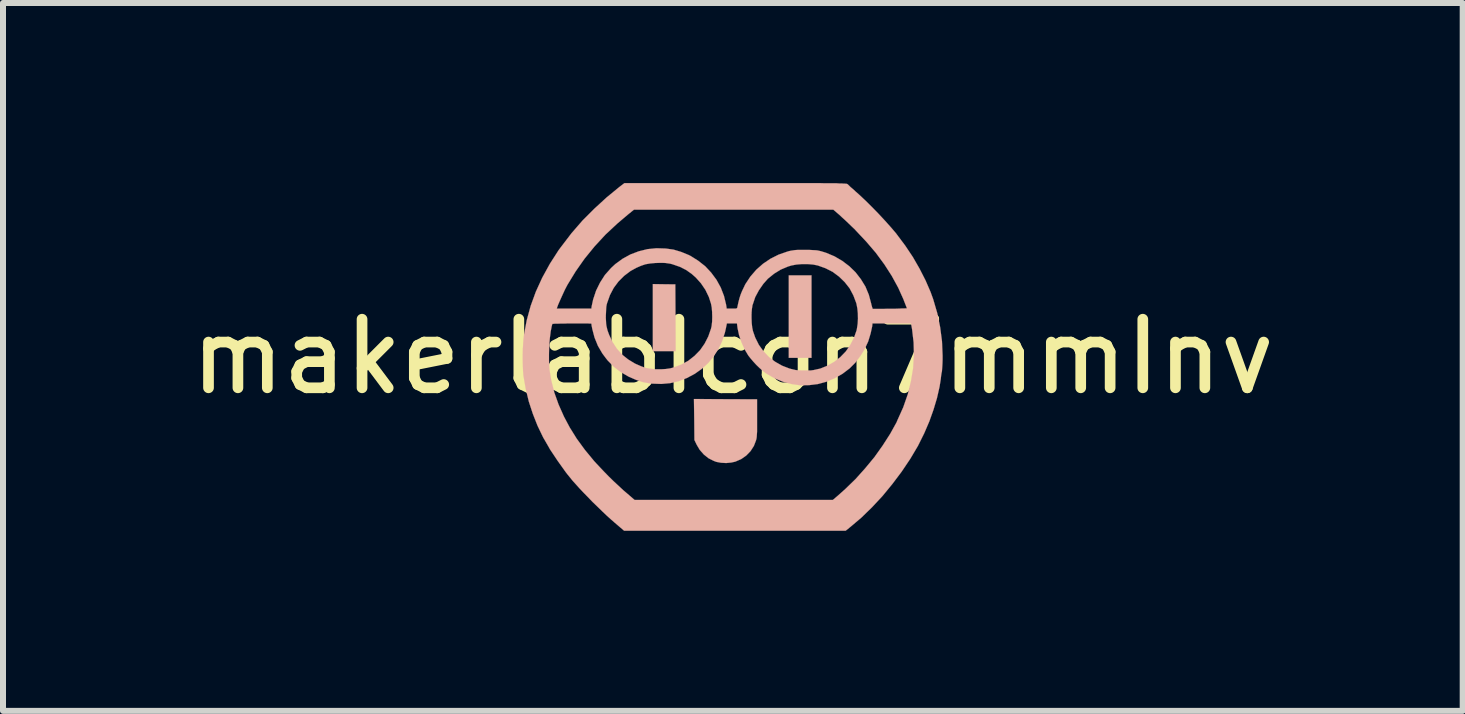
<source format=kicad_pcb>
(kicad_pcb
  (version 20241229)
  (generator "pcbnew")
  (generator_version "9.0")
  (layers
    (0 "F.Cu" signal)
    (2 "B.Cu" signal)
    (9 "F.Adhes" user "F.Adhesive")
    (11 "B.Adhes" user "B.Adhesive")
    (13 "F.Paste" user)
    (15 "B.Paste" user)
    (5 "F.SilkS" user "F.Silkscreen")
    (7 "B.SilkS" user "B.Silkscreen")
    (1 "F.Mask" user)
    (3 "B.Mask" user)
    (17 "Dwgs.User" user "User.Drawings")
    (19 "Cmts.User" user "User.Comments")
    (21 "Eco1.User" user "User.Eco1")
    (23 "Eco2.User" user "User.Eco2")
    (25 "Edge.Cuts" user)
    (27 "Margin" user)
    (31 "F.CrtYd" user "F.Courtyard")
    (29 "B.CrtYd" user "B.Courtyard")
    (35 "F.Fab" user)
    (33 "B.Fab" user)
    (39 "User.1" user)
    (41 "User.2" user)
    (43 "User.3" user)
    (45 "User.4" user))
  (footprint "makerlabIcon7mmInv"
    (layer "F.Cu")
    (at 9.16 2.892)
    (property "Reference" "makerlabIcon7mmInv" (at 0 0 0) (layer "F.SilkS") (effects (font (size 1.143 1.143) (thickness 0.178))))
    (attr through_hole)
    (fp_poly (pts (xy -1.333 -0.091) (xy -1.143 -0.091) (xy -0.953 -0.091) (xy -0.955 -0.648) (xy -0.958 -1.204) (xy -1.146 -1.206) (xy -1.333 -1.209) (xy -1.333 -0.65) (xy -1.333 -0.091)) (stroke (width 0.003) (type solid)) (fill yes) (layer "B.SilkS"))
    (fp_poly (pts (xy 0.932 0.02) (xy 1.123 0.02) (xy 1.311 0.02) (xy 1.311 -0.665) (xy 1.311 -1.354) (xy 1.123 -1.354) (xy 0.932 -1.354) (xy 0.932 -0.665) (xy 0.932 0.02)) (stroke (width 0.003) (type solid)) (fill yes) (layer "B.SilkS"))
    (fp_poly (pts (xy -0.648 0.706) (xy -0.643 1.049) (xy -0.64 1.389) (xy -0.602 1.468) (xy -0.551 1.554) (xy -0.483 1.631) (xy -0.404 1.694) (xy -0.318 1.737) (xy -0.277 1.753) (xy -0.198 1.768) (xy -0.112 1.773) (xy -0.028 1.765) (xy 0.041 1.75) (xy 0.14 1.707) (xy 0.224 1.648) (xy 0.295 1.575) (xy 0.351 1.488) (xy 0.386 1.397) (xy 0.391 1.379) (xy 0.396 1.356) (xy 0.399 1.328) (xy 0.401 1.295) (xy 0.404 1.252) (xy 0.404 1.194) (xy 0.404 1.123) (xy 0.404 1.034) (xy 0.404 1.024) (xy 0.404 0.711) (xy -0.122 0.709) (xy -0.648 0.706)) (stroke (width 0.003) (type solid)) (fill yes) (layer "B.SilkS"))
    (fp_poly (pts (xy -3.5 0.058) (xy -3.498 0.147) (xy -3.495 0.229) (xy -3.49 0.295) (xy -3.487 0.323) (xy -3.449 0.541) (xy -3.399 0.749) (xy -3.332 0.953) (xy -3.254 1.151) (xy -3.16 1.346) (xy -3.063 1.514) (xy -3.063 0.058) (xy -3.063 -0.036) (xy -3.061 -0.132) (xy -3.056 -0.226) (xy -3.048 -0.315) (xy -3.038 -0.391) (xy -3.035 -0.419) (xy -3.025 -0.467) (xy -3.018 -0.505) (xy -3.01 -0.533) (xy -3.007 -0.546) (xy -2.997 -0.546) (xy -2.969 -0.549) (xy -2.934 -0.549) (xy -2.934 -0.8) (xy -2.926 -0.823) (xy -2.911 -0.864) (xy -2.888 -0.917) (xy -2.86 -0.98) (xy -2.83 -1.046) (xy -2.799 -1.113) (xy -2.769 -1.171) (xy -2.751 -1.204) (xy -2.619 -1.42) (xy -2.471 -1.631) (xy -2.304 -1.836) (xy -2.123 -2.032) (xy -1.925 -2.217) (xy -1.742 -2.372) (xy -1.646 -2.449) (xy 0.015 -2.449) (xy 1.674 -2.449) (xy 1.778 -2.36) (xy 1.816 -2.324) (xy 1.867 -2.278) (xy 1.923 -2.225) (xy 1.981 -2.169) (xy 2.037 -2.116) (xy 2.04 -2.111) (xy 2.22 -1.92) (xy 2.383 -1.73) (xy 2.525 -1.537) (xy 2.649 -1.344) (xy 2.756 -1.148) (xy 2.845 -0.95) (xy 2.852 -0.93) (xy 2.87 -0.884) (xy 2.885 -0.846) (xy 2.896 -0.818) (xy 2.901 -0.805) (xy 2.891 -0.805) (xy 2.863 -0.803) (xy 2.822 -0.803) (xy 2.771 -0.8) (xy 2.71 -0.798) (xy 2.647 -0.798) (xy 2.578 -0.798) (xy 2.515 -0.795) (xy 2.456 -0.795) (xy 2.403 -0.795) (xy 2.362 -0.795) (xy 2.337 -0.795) (xy 2.332 -0.795) (xy 2.327 -0.805) (xy 2.319 -0.831) (xy 2.309 -0.866) (xy 2.304 -0.889) (xy 2.266 -1.031) (xy 2.21 -1.166) (xy 2.134 -1.29) (xy 2.045 -1.405) (xy 1.941 -1.506) (xy 1.824 -1.595) (xy 1.694 -1.671) (xy 1.554 -1.73) (xy 1.473 -1.755) (xy 1.44 -1.763) (xy 1.407 -1.77) (xy 1.374 -1.773) (xy 1.331 -1.775) (xy 1.278 -1.778) (xy 1.209 -1.778) (xy 1.199 -1.778) (xy 1.13 -1.778) (xy 1.077 -1.778) (xy 1.036 -1.775) (xy 1.001 -1.77) (xy 0.97 -1.765) (xy 0.937 -1.758) (xy 0.909 -1.75) (xy 0.762 -1.699) (xy 0.627 -1.631) (xy 0.503 -1.547) (xy 0.391 -1.448) (xy 0.292 -1.333) (xy 0.208 -1.206) (xy 0.183 -1.153) (xy 0.155 -1.095) (xy 0.132 -1.039) (xy 0.112 -0.978) (xy 0.094 -0.909) (xy 0.076 -0.826) (xy 0.076 -0.823) (xy 0.071 -0.81) (xy 0.064 -0.805) (xy 0.048 -0.8) (xy 0.018 -0.8) (xy -0.015 -0.8) (xy -0.102 -0.8) (xy -0.112 -0.866) (xy -0.147 -1.011) (xy -0.201 -1.151) (xy -0.272 -1.28) (xy -0.361 -1.4) (xy -0.46 -1.506) (xy -0.577 -1.598) (xy -0.701 -1.676) (xy -0.732 -1.692) (xy -0.861 -1.745) (xy -0.988 -1.783) (xy -1.118 -1.801) (xy -1.273 -1.806) (xy -1.422 -1.791) (xy -1.567 -1.755) (xy -1.707 -1.702) (xy -1.836 -1.631) (xy -1.958 -1.542) (xy -2.029 -1.476) (xy -2.131 -1.361) (xy -2.212 -1.234) (xy -2.278 -1.1) (xy -2.327 -0.953) (xy -2.352 -0.838) (xy -2.357 -0.8) (xy -2.647 -0.8) (xy -2.934 -0.8) (xy -2.934 -0.549) (xy -2.926 -0.549) (xy -2.873 -0.551) (xy -2.809 -0.551) (xy -2.741 -0.554) (xy -2.672 -0.554) (xy -2.601 -0.554) (xy -2.535 -0.554) (xy -2.474 -0.554) (xy -2.423 -0.554) (xy -2.385 -0.551) (xy -2.362 -0.551) (xy -2.357 -0.549) (xy -2.355 -0.538) (xy -2.352 -0.513) (xy -2.344 -0.475) (xy -2.342 -0.462) (xy -2.304 -0.318) (xy -2.248 -0.18) (xy -2.174 -0.053) (xy -2.116 0.025) (xy -2.116 -0.65) (xy -2.116 -0.671) (xy -2.113 -0.737) (xy -2.111 -0.787) (xy -2.108 -0.831) (xy -2.101 -0.871) (xy -2.093 -0.897) (xy -2.047 -1.026) (xy -1.984 -1.146) (xy -1.905 -1.252) (xy -1.811 -1.346) (xy -1.704 -1.427) (xy -1.605 -1.481) (xy -1.529 -1.514) (xy -1.455 -1.539) (xy -1.379 -1.552) (xy -1.295 -1.56) (xy -1.224 -1.562) (xy -1.163 -1.562) (xy -1.118 -1.56) (xy -1.079 -1.554) (xy -1.044 -1.549) (xy -1.006 -1.539) (xy -0.991 -1.534) (xy -0.876 -1.494) (xy -0.777 -1.443) (xy -0.686 -1.379) (xy -0.617 -1.318) (xy -0.531 -1.222) (xy -0.457 -1.113) (xy -0.399 -0.993) (xy -0.363 -0.881) (xy -0.351 -0.818) (xy -0.345 -0.742) (xy -0.343 -0.66) (xy -0.345 -0.582) (xy -0.353 -0.511) (xy -0.363 -0.467) (xy -0.409 -0.335) (xy -0.47 -0.216) (xy -0.546 -0.107) (xy -0.638 -0.013) (xy -0.742 0.069) (xy -0.856 0.132) (xy -0.983 0.18) (xy -1.046 0.196) (xy -1.115 0.206) (xy -1.199 0.211) (xy -1.285 0.211) (xy -1.367 0.203) (xy -1.438 0.191) (xy -1.445 0.191) (xy -1.481 0.178) (xy -1.529 0.16) (xy -1.582 0.137) (xy -1.628 0.117) (xy -1.742 0.048) (xy -1.844 -0.033) (xy -1.933 -0.132) (xy -2.004 -0.241) (xy -2.062 -0.366) (xy -2.088 -0.437) (xy -2.098 -0.478) (xy -2.106 -0.513) (xy -2.111 -0.549) (xy -2.113 -0.594) (xy -2.116 -0.65) (xy -2.116 0.025) (xy -2.085 0.064) (xy -1.981 0.17) (xy -1.864 0.259) (xy -1.737 0.333) (xy -1.615 0.386) (xy -1.499 0.424) (xy -1.374 0.447) (xy -1.339 0.45) (xy -1.191 0.455) (xy -1.044 0.442) (xy -0.902 0.409) (xy -0.765 0.356) (xy -0.635 0.287) (xy -0.516 0.203) (xy -0.409 0.104) (xy -0.33 0.01) (xy -0.246 -0.117) (xy -0.18 -0.254) (xy -0.132 -0.399) (xy -0.117 -0.465) (xy -0.099 -0.554) (xy -0.015 -0.554) (xy 0.069 -0.554) (xy 0.079 -0.475) (xy 0.104 -0.358) (xy 0.145 -0.239) (xy 0.198 -0.119) (xy 0.257 -0.02) (xy 0.292 0.025) (xy 0.312 0.048) (xy 0.312 -0.64) (xy 0.312 -0.721) (xy 0.318 -0.795) (xy 0.328 -0.859) (xy 0.333 -0.871) (xy 0.373 -0.991) (xy 0.434 -1.105) (xy 0.508 -1.212) (xy 0.584 -1.298) (xy 0.688 -1.382) (xy 0.798 -1.45) (xy 0.919 -1.501) (xy 0.978 -1.519) (xy 1.059 -1.534) (xy 1.151 -1.542) (xy 1.247 -1.542) (xy 1.339 -1.534) (xy 1.415 -1.519) (xy 1.544 -1.473) (xy 1.664 -1.412) (xy 1.77 -1.333) (xy 1.864 -1.242) (xy 1.946 -1.138) (xy 2.009 -1.019) (xy 2.057 -0.892) (xy 2.062 -0.871) (xy 2.075 -0.803) (xy 2.083 -0.721) (xy 2.085 -0.632) (xy 2.08 -0.546) (xy 2.068 -0.467) (xy 2.062 -0.437) (xy 2.017 -0.31) (xy 1.956 -0.193) (xy 1.882 -0.086) (xy 1.791 0.008) (xy 1.692 0.086) (xy 1.58 0.15) (xy 1.46 0.198) (xy 1.45 0.201) (xy 1.394 0.213) (xy 1.346 0.224) (xy 1.295 0.231) (xy 1.237 0.231) (xy 1.168 0.231) (xy 1.102 0.229) (xy 1.049 0.224) (xy 1.001 0.213) (xy 0.953 0.201) (xy 0.95 0.201) (xy 0.823 0.152) (xy 0.706 0.086) (xy 0.602 0.008) (xy 0.511 -0.089) (xy 0.434 -0.196) (xy 0.373 -0.318) (xy 0.335 -0.427) (xy 0.323 -0.485) (xy 0.315 -0.559) (xy 0.312 -0.64) (xy 0.312 0.048) (xy 0.338 0.079) (xy 0.391 0.137) (xy 0.447 0.191) (xy 0.503 0.239) (xy 0.551 0.277) (xy 0.564 0.284) (xy 0.699 0.363) (xy 0.838 0.419) (xy 0.983 0.457) (xy 1.128 0.478) (xy 1.273 0.475) (xy 1.417 0.457) (xy 1.557 0.419) (xy 1.694 0.361) (xy 1.826 0.287) (xy 1.946 0.196) (xy 2.04 0.102) (xy 2.123 -0.008) (xy 2.197 -0.127) (xy 2.256 -0.254) (xy 2.296 -0.386) (xy 2.322 -0.505) (xy 2.327 -0.554) (xy 2.649 -0.554) (xy 2.969 -0.554) (xy 2.987 -0.455) (xy 3.012 -0.239) (xy 3.018 -0.023) (xy 3.005 0.193) (xy 2.969 0.409) (xy 2.916 0.625) (xy 2.84 0.843) (xy 2.743 1.059) (xy 2.728 1.095) (xy 2.621 1.288) (xy 2.497 1.481) (xy 2.36 1.674) (xy 2.207 1.859) (xy 2.045 2.04) (xy 1.875 2.205) (xy 1.753 2.314) (xy 1.666 2.388) (xy 0.015 2.388) (xy -1.636 2.388) (xy -1.758 2.283) (xy -1.826 2.225) (xy -1.902 2.154) (xy -1.984 2.078) (xy -2.065 1.999) (xy -2.144 1.918) (xy -2.217 1.841) (xy -2.281 1.773) (xy -2.311 1.74) (xy -2.466 1.552) (xy -2.601 1.367) (xy -2.718 1.179) (xy -2.814 0.998) (xy -2.903 0.798) (xy -2.974 0.599) (xy -3.025 0.399) (xy -3.056 0.211) (xy -3.061 0.142) (xy -3.063 0.058) (xy -3.063 1.514) (xy -3.048 1.542) (xy -2.918 1.737) (xy -2.774 1.938) (xy -2.667 2.07) (xy -2.619 2.123) (xy -2.56 2.189) (xy -2.492 2.261) (xy -2.416 2.339) (xy -2.337 2.421) (xy -2.253 2.502) (xy -2.172 2.581) (xy -2.095 2.654) (xy -2.024 2.718) (xy -1.963 2.771) (xy -1.811 2.901) (xy 0.036 2.901) (xy 1.88 2.901) (xy 1.953 2.842) (xy 2.139 2.685) (xy 2.319 2.51) (xy 2.494 2.322) (xy 2.659 2.121) (xy 2.814 1.915) (xy 2.957 1.702) (xy 3.084 1.488) (xy 3.19 1.275) (xy 3.274 1.079) (xy 3.343 0.886) (xy 3.401 0.693) (xy 3.444 0.505) (xy 3.465 0.373) (xy 3.47 0.325) (xy 3.477 0.277) (xy 3.485 0.241) (xy 3.485 0.234) (xy 3.487 0.206) (xy 3.49 0.165) (xy 3.493 0.112) (xy 3.495 0.048) (xy 3.495 -0.018) (xy 3.495 -0.02) (xy 3.485 -0.257) (xy 3.454 -0.493) (xy 3.406 -0.726) (xy 3.338 -0.958) (xy 3.294 -1.079) (xy 3.211 -1.27) (xy 3.111 -1.466) (xy 3 -1.659) (xy 2.873 -1.849) (xy 2.738 -2.029) (xy 2.723 -2.05) (xy 2.637 -2.151) (xy 2.537 -2.263) (xy 2.431 -2.377) (xy 2.319 -2.492) (xy 2.207 -2.603) (xy 2.098 -2.705) (xy 2.04 -2.756) (xy 1.999 -2.794) (xy 1.963 -2.824) (xy 1.935 -2.852) (xy 1.918 -2.868) (xy 1.915 -2.87) (xy 1.913 -2.873) (xy 1.908 -2.875) (xy 1.902 -2.878) (xy 1.895 -2.88) (xy 1.882 -2.88) (xy 1.864 -2.883) (xy 1.841 -2.883) (xy 1.811 -2.885) (xy 1.773 -2.885) (xy 1.73 -2.888) (xy 1.674 -2.888) (xy 1.61 -2.888) (xy 1.534 -2.888) (xy 1.445 -2.891) (xy 1.346 -2.891) (xy 1.232 -2.891) (xy 1.105 -2.891) (xy 0.96 -2.891) (xy 0.8 -2.891) (xy 0.622 -2.891) (xy 0.427 -2.891) (xy 0.213 -2.891) (xy 0.046 -2.891) (xy -1.806 -2.891) (xy -1.89 -2.827) (xy -2.101 -2.654) (xy -2.306 -2.466) (xy -2.504 -2.268) (xy -2.687 -2.057) (xy -2.852 -1.841) (xy -2.903 -1.773) (xy -3.048 -1.547) (xy -3.175 -1.316) (xy -3.282 -1.082) (xy -3.368 -0.846) (xy -3.434 -0.605) (xy -3.48 -0.361) (xy -3.48 -0.353) (xy -3.487 -0.292) (xy -3.493 -0.213) (xy -3.498 -0.127) (xy -3.5 -0.036) (xy -3.5 0.058)) (stroke (width 0.003) (type solid)) (fill yes) (layer "B.SilkS")))
  (gr_rect
    (start -3 -3)
    (end 21.321 8.794)
    (stroke (width 0.1) (type default))
    (fill no)
    (layer "Edge.Cuts")))
</source>
